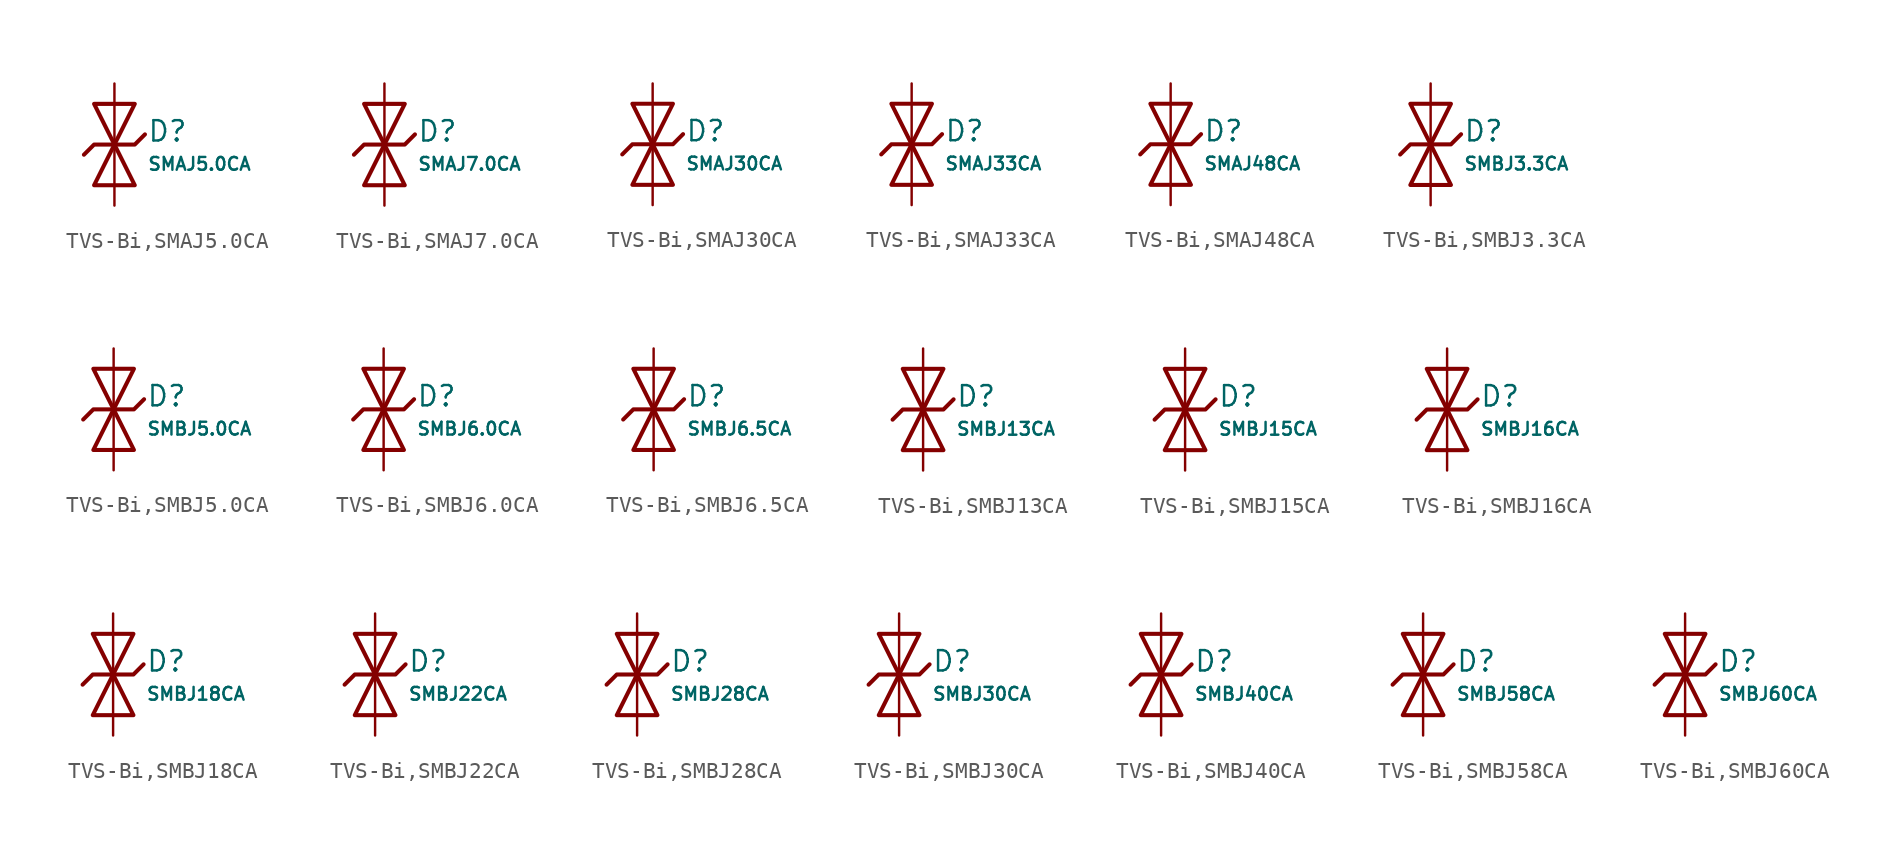
<source format=kicad_sym>
(kicad_symbol_lib
  (version 20231120)
  (generator "CDFER")
  (generator_version "8.0")
  (symbol "TVS-Bi,SMAJ5.0CA"
    (pin_numbers hide)
    (pin_names
      (offset 0))
    (property "Reference" "D"
      (at 2.032 0.834 0)
      (effects (font (size 1.27 1.27)) (justify left)))
    (property "Value" "SMAJ5.0CA"
      (at 2.032 -1.212 0)
      (effects (font (size 0.8 0.8)) (justify left)))
    (symbol "TVS-Bi,SMAJ5.0CA_0_1"
      (polyline (pts (xy -1.27 2.54) (xy 0 0) (xy 1.27 2.54) (xy -1.27 2.54)) (stroke (width 0.254) (type default)) (fill (type none))))
    (symbol "TVS-Bi,SMAJ5.0CA_0_1"
      (polyline (pts (xy 1.27 -2.54) (xy 0 0) (xy -1.27 -2.54) (xy 1.27 -2.54)) (stroke (width 0.254) (type default)) (fill (type none))))
    (symbol "TVS-Bi,SMAJ5.0CA_0_1"
      (polyline (pts (xy -1.905 -0.635) (xy -1.27 0) (xy 1.27 0) (xy 1.905 0.635)) (stroke (width 0.254) (type default)) (fill (type none))))
    (symbol "TVS-Bi,SMAJ5.0CA_1_1"
      (pin passive line (at 0 3.81 270) (length 3.81) (name "~" (effects (font (size 1.27 1.27)))) (number "2" (effects (font (size 1.27 1.27)))))
      (pin passive line (at 0 -3.81 90) (length 3.81) (name "~" (effects (font (size 1.27 1.27)))) (number "1" (effects (font (size 1.27 1.27)))))))
  (symbol "TVS-Bi,SMAJ7.0CA"
    (pin_numbers hide)
    (pin_names
      (offset 0))
    (property "Reference" "D"
      (at 2.032 0.834 0)
      (effects (font (size 1.27 1.27)) (justify left)))
    (property "Value" "SMAJ7.0CA"
      (at 2.032 -1.212 0)
      (effects (font (size 0.8 0.8)) (justify left)))
    (symbol "TVS-Bi,SMAJ7.0CA_0_1"
      (polyline (pts (xy -1.27 2.54) (xy 0 0) (xy 1.27 2.54) (xy -1.27 2.54)) (stroke (width 0.254) (type default)) (fill (type none))))
    (symbol "TVS-Bi,SMAJ7.0CA_0_1"
      (polyline (pts (xy 1.27 -2.54) (xy 0 0) (xy -1.27 -2.54) (xy 1.27 -2.54)) (stroke (width 0.254) (type default)) (fill (type none))))
    (symbol "TVS-Bi,SMAJ7.0CA_0_1"
      (polyline (pts (xy -1.905 -0.635) (xy -1.27 0) (xy 1.27 0) (xy 1.905 0.635)) (stroke (width 0.254) (type default)) (fill (type none))))
    (symbol "TVS-Bi,SMAJ7.0CA_1_1"
      (pin passive line (at 0 3.81 270) (length 3.81) (name "~" (effects (font (size 1.27 1.27)))) (number "2" (effects (font (size 1.27 1.27)))))
      (pin passive line (at 0 -3.81 90) (length 3.81) (name "~" (effects (font (size 1.27 1.27)))) (number "1" (effects (font (size 1.27 1.27)))))))
  (symbol "TVS-Bi,SMAJ30CA"
    (pin_numbers hide)
    (pin_names
      (offset 0))
    (property "Reference" "D"
      (at 2.032 0.834 0)
      (effects (font (size 1.27 1.27)) (justify left)))
    (property "Value" "SMAJ30CA"
      (at 2.032 -1.212 0)
      (effects (font (size 0.8 0.8)) (justify left)))
    (symbol "TVS-Bi,SMAJ30CA_0_1"
      (polyline (pts (xy -1.27 2.54) (xy 0 0) (xy 1.27 2.54) (xy -1.27 2.54)) (stroke (width 0.254) (type default)) (fill (type none))))
    (symbol "TVS-Bi,SMAJ30CA_0_1"
      (polyline (pts (xy 1.27 -2.54) (xy 0 0) (xy -1.27 -2.54) (xy 1.27 -2.54)) (stroke (width 0.254) (type default)) (fill (type none))))
    (symbol "TVS-Bi,SMAJ30CA_0_1"
      (polyline (pts (xy -1.905 -0.635) (xy -1.27 0) (xy 1.27 0) (xy 1.905 0.635)) (stroke (width 0.254) (type default)) (fill (type none))))
    (symbol "TVS-Bi,SMAJ30CA_1_1"
      (pin passive line (at 0 3.81 270) (length 3.81) (name "~" (effects (font (size 1.27 1.27)))) (number "2" (effects (font (size 1.27 1.27)))))
      (pin passive line (at 0 -3.81 90) (length 3.81) (name "~" (effects (font (size 1.27 1.27)))) (number "1" (effects (font (size 1.27 1.27)))))))
  (symbol "TVS-Bi,SMAJ33CA"
    (pin_numbers hide)
    (pin_names
      (offset 0))
    (property "Reference" "D"
      (at 2.032 0.834 0)
      (effects (font (size 1.27 1.27)) (justify left)))
    (property "Value" "SMAJ33CA"
      (at 2.032 -1.212 0)
      (effects (font (size 0.8 0.8)) (justify left)))
    (symbol "TVS-Bi,SMAJ33CA_0_1"
      (polyline (pts (xy -1.27 2.54) (xy 0 0) (xy 1.27 2.54) (xy -1.27 2.54)) (stroke (width 0.254) (type default)) (fill (type none))))
    (symbol "TVS-Bi,SMAJ33CA_0_1"
      (polyline (pts (xy 1.27 -2.54) (xy 0 0) (xy -1.27 -2.54) (xy 1.27 -2.54)) (stroke (width 0.254) (type default)) (fill (type none))))
    (symbol "TVS-Bi,SMAJ33CA_0_1"
      (polyline (pts (xy -1.905 -0.635) (xy -1.27 0) (xy 1.27 0) (xy 1.905 0.635)) (stroke (width 0.254) (type default)) (fill (type none))))
    (symbol "TVS-Bi,SMAJ33CA_1_1"
      (pin passive line (at 0 3.81 270) (length 3.81) (name "~" (effects (font (size 1.27 1.27)))) (number "2" (effects (font (size 1.27 1.27)))))
      (pin passive line (at 0 -3.81 90) (length 3.81) (name "~" (effects (font (size 1.27 1.27)))) (number "1" (effects (font (size 1.27 1.27)))))))
  (symbol "TVS-Bi,SMAJ48CA"
    (pin_numbers hide)
    (pin_names
      (offset 0))
    (property "Reference" "D"
      (at 2.032 0.834 0)
      (effects (font (size 1.27 1.27)) (justify left)))
    (property "Value" "SMAJ48CA"
      (at 2.032 -1.212 0)
      (effects (font (size 0.8 0.8)) (justify left)))
    (symbol "TVS-Bi,SMAJ48CA_0_1"
      (polyline (pts (xy -1.27 2.54) (xy 0 0) (xy 1.27 2.54) (xy -1.27 2.54)) (stroke (width 0.254) (type default)) (fill (type none))))
    (symbol "TVS-Bi,SMAJ48CA_0_1"
      (polyline (pts (xy 1.27 -2.54) (xy 0 0) (xy -1.27 -2.54) (xy 1.27 -2.54)) (stroke (width 0.254) (type default)) (fill (type none))))
    (symbol "TVS-Bi,SMAJ48CA_0_1"
      (polyline (pts (xy -1.905 -0.635) (xy -1.27 0) (xy 1.27 0) (xy 1.905 0.635)) (stroke (width 0.254) (type default)) (fill (type none))))
    (symbol "TVS-Bi,SMAJ48CA_1_1"
      (pin passive line (at 0 3.81 270) (length 3.81) (name "~" (effects (font (size 1.27 1.27)))) (number "2" (effects (font (size 1.27 1.27)))))
      (pin passive line (at 0 -3.81 90) (length 3.81) (name "~" (effects (font (size 1.27 1.27)))) (number "1" (effects (font (size 1.27 1.27)))))))
  (symbol "TVS-Bi,SMBJ3.3CA"
    (pin_numbers hide)
    (pin_names
      (offset 0))
    (property "Reference" "D"
      (at 2.032 0.834 0)
      (effects (font (size 1.27 1.27)) (justify left)))
    (property "Value" "SMBJ3.3CA"
      (at 2.032 -1.212 0)
      (effects (font (size 0.8 0.8)) (justify left)))
    (symbol "TVS-Bi,SMBJ3.3CA_0_1"
      (polyline (pts (xy -1.27 2.54) (xy 0 0) (xy 1.27 2.54) (xy -1.27 2.54)) (stroke (width 0.254) (type default)) (fill (type none))))
    (symbol "TVS-Bi,SMBJ3.3CA_0_1"
      (polyline (pts (xy 1.27 -2.54) (xy 0 0) (xy -1.27 -2.54) (xy 1.27 -2.54)) (stroke (width 0.254) (type default)) (fill (type none))))
    (symbol "TVS-Bi,SMBJ3.3CA_0_1"
      (polyline (pts (xy -1.905 -0.635) (xy -1.27 0) (xy 1.27 0) (xy 1.905 0.635)) (stroke (width 0.254) (type default)) (fill (type none))))
    (symbol "TVS-Bi,SMBJ3.3CA_1_1"
      (pin passive line (at 0 3.81 270) (length 3.81) (name "~" (effects (font (size 1.27 1.27)))) (number "2" (effects (font (size 1.27 1.27)))))
      (pin passive line (at 0 -3.81 90) (length 3.81) (name "~" (effects (font (size 1.27 1.27)))) (number "1" (effects (font (size 1.27 1.27)))))))
  (symbol "TVS-Bi,SMBJ5.0CA"
    (pin_numbers hide)
    (pin_names
      (offset 0))
    (property "Reference" "D"
      (at 2.032 0.834 0)
      (effects (font (size 1.27 1.27)) (justify left)))
    (property "Value" "SMBJ5.0CA"
      (at 2.032 -1.212 0)
      (effects (font (size 0.8 0.8)) (justify left)))
    (symbol "TVS-Bi,SMBJ5.0CA_0_1"
      (polyline (pts (xy -1.27 2.54) (xy 0 0) (xy 1.27 2.54) (xy -1.27 2.54)) (stroke (width 0.254) (type default)) (fill (type none))))
    (symbol "TVS-Bi,SMBJ5.0CA_0_1"
      (polyline (pts (xy 1.27 -2.54) (xy 0 0) (xy -1.27 -2.54) (xy 1.27 -2.54)) (stroke (width 0.254) (type default)) (fill (type none))))
    (symbol "TVS-Bi,SMBJ5.0CA_0_1"
      (polyline (pts (xy -1.905 -0.635) (xy -1.27 0) (xy 1.27 0) (xy 1.905 0.635)) (stroke (width 0.254) (type default)) (fill (type none))))
    (symbol "TVS-Bi,SMBJ5.0CA_1_1"
      (pin passive line (at 0 3.81 270) (length 3.81) (name "~" (effects (font (size 1.27 1.27)))) (number "2" (effects (font (size 1.27 1.27)))))
      (pin passive line (at 0 -3.81 90) (length 3.81) (name "~" (effects (font (size 1.27 1.27)))) (number "1" (effects (font (size 1.27 1.27)))))))
  (symbol "TVS-Bi,SMBJ6.0CA"
    (pin_numbers hide)
    (pin_names
      (offset 0))
    (property "Reference" "D"
      (at 2.032 0.834 0)
      (effects (font (size 1.27 1.27)) (justify left)))
    (property "Value" "SMBJ6.0CA"
      (at 2.032 -1.212 0)
      (effects (font (size 0.8 0.8)) (justify left)))
    (symbol "TVS-Bi,SMBJ6.0CA_0_1"
      (polyline (pts (xy -1.27 2.54) (xy 0 0) (xy 1.27 2.54) (xy -1.27 2.54)) (stroke (width 0.254) (type default)) (fill (type none))))
    (symbol "TVS-Bi,SMBJ6.0CA_0_1"
      (polyline (pts (xy 1.27 -2.54) (xy 0 0) (xy -1.27 -2.54) (xy 1.27 -2.54)) (stroke (width 0.254) (type default)) (fill (type none))))
    (symbol "TVS-Bi,SMBJ6.0CA_0_1"
      (polyline (pts (xy -1.905 -0.635) (xy -1.27 0) (xy 1.27 0) (xy 1.905 0.635)) (stroke (width 0.254) (type default)) (fill (type none))))
    (symbol "TVS-Bi,SMBJ6.0CA_1_1"
      (pin passive line (at 0 3.81 270) (length 3.81) (name "~" (effects (font (size 1.27 1.27)))) (number "2" (effects (font (size 1.27 1.27)))))
      (pin passive line (at 0 -3.81 90) (length 3.81) (name "~" (effects (font (size 1.27 1.27)))) (number "1" (effects (font (size 1.27 1.27)))))))
  (symbol "TVS-Bi,SMBJ6.5CA"
    (pin_numbers hide)
    (pin_names
      (offset 0))
    (property "Reference" "D"
      (at 2.032 0.834 0)
      (effects (font (size 1.27 1.27)) (justify left)))
    (property "Value" "SMBJ6.5CA"
      (at 2.032 -1.212 0)
      (effects (font (size 0.8 0.8)) (justify left)))
    (symbol "TVS-Bi,SMBJ6.5CA_0_1"
      (polyline (pts (xy -1.27 2.54) (xy 0 0) (xy 1.27 2.54) (xy -1.27 2.54)) (stroke (width 0.254) (type default)) (fill (type none))))
    (symbol "TVS-Bi,SMBJ6.5CA_0_1"
      (polyline (pts (xy 1.27 -2.54) (xy 0 0) (xy -1.27 -2.54) (xy 1.27 -2.54)) (stroke (width 0.254) (type default)) (fill (type none))))
    (symbol "TVS-Bi,SMBJ6.5CA_0_1"
      (polyline (pts (xy -1.905 -0.635) (xy -1.27 0) (xy 1.27 0) (xy 1.905 0.635)) (stroke (width 0.254) (type default)) (fill (type none))))
    (symbol "TVS-Bi,SMBJ6.5CA_1_1"
      (pin passive line (at 0 3.81 270) (length 3.81) (name "~" (effects (font (size 1.27 1.27)))) (number "2" (effects (font (size 1.27 1.27)))))
      (pin passive line (at 0 -3.81 90) (length 3.81) (name "~" (effects (font (size 1.27 1.27)))) (number "1" (effects (font (size 1.27 1.27)))))))
  (symbol "TVS-Bi,SMBJ13CA"
    (pin_numbers hide)
    (pin_names
      (offset 0))
    (property "Reference" "D"
      (at 2.032 0.834 0)
      (effects (font (size 1.27 1.27)) (justify left)))
    (property "Value" "SMBJ13CA"
      (at 2.032 -1.212 0)
      (effects (font (size 0.8 0.8)) (justify left)))
    (symbol "TVS-Bi,SMBJ13CA_0_1"
      (polyline (pts (xy -1.27 2.54) (xy 0 0) (xy 1.27 2.54) (xy -1.27 2.54)) (stroke (width 0.254) (type default)) (fill (type none))))
    (symbol "TVS-Bi,SMBJ13CA_0_1"
      (polyline (pts (xy 1.27 -2.54) (xy 0 0) (xy -1.27 -2.54) (xy 1.27 -2.54)) (stroke (width 0.254) (type default)) (fill (type none))))
    (symbol "TVS-Bi,SMBJ13CA_0_1"
      (polyline (pts (xy -1.905 -0.635) (xy -1.27 0) (xy 1.27 0) (xy 1.905 0.635)) (stroke (width 0.254) (type default)) (fill (type none))))
    (symbol "TVS-Bi,SMBJ13CA_1_1"
      (pin passive line (at 0 3.81 270) (length 3.81) (name "~" (effects (font (size 1.27 1.27)))) (number "2" (effects (font (size 1.27 1.27)))))
      (pin passive line (at 0 -3.81 90) (length 3.81) (name "~" (effects (font (size 1.27 1.27)))) (number "1" (effects (font (size 1.27 1.27)))))))
  (symbol "TVS-Bi,SMBJ15CA"
    (pin_numbers hide)
    (pin_names
      (offset 0))
    (property "Reference" "D"
      (at 2.032 0.834 0)
      (effects (font (size 1.27 1.27)) (justify left)))
    (property "Value" "SMBJ15CA"
      (at 2.032 -1.212 0)
      (effects (font (size 0.8 0.8)) (justify left)))
    (symbol "TVS-Bi,SMBJ15CA_0_1"
      (polyline (pts (xy -1.27 2.54) (xy 0 0) (xy 1.27 2.54) (xy -1.27 2.54)) (stroke (width 0.254) (type default)) (fill (type none))))
    (symbol "TVS-Bi,SMBJ15CA_0_1"
      (polyline (pts (xy 1.27 -2.54) (xy 0 0) (xy -1.27 -2.54) (xy 1.27 -2.54)) (stroke (width 0.254) (type default)) (fill (type none))))
    (symbol "TVS-Bi,SMBJ15CA_0_1"
      (polyline (pts (xy -1.905 -0.635) (xy -1.27 0) (xy 1.27 0) (xy 1.905 0.635)) (stroke (width 0.254) (type default)) (fill (type none))))
    (symbol "TVS-Bi,SMBJ15CA_1_1"
      (pin passive line (at 0 3.81 270) (length 3.81) (name "~" (effects (font (size 1.27 1.27)))) (number "2" (effects (font (size 1.27 1.27)))))
      (pin passive line (at 0 -3.81 90) (length 3.81) (name "~" (effects (font (size 1.27 1.27)))) (number "1" (effects (font (size 1.27 1.27)))))))
  (symbol "TVS-Bi,SMBJ16CA"
    (pin_numbers hide)
    (pin_names
      (offset 0))
    (property "Reference" "D"
      (at 2.032 0.834 0)
      (effects (font (size 1.27 1.27)) (justify left)))
    (property "Value" "SMBJ16CA"
      (at 2.032 -1.212 0)
      (effects (font (size 0.8 0.8)) (justify left)))
    (symbol "TVS-Bi,SMBJ16CA_0_1"
      (polyline (pts (xy -1.27 2.54) (xy 0 0) (xy 1.27 2.54) (xy -1.27 2.54)) (stroke (width 0.254) (type default)) (fill (type none))))
    (symbol "TVS-Bi,SMBJ16CA_0_1"
      (polyline (pts (xy 1.27 -2.54) (xy 0 0) (xy -1.27 -2.54) (xy 1.27 -2.54)) (stroke (width 0.254) (type default)) (fill (type none))))
    (symbol "TVS-Bi,SMBJ16CA_0_1"
      (polyline (pts (xy -1.905 -0.635) (xy -1.27 0) (xy 1.27 0) (xy 1.905 0.635)) (stroke (width 0.254) (type default)) (fill (type none))))
    (symbol "TVS-Bi,SMBJ16CA_1_1"
      (pin passive line (at 0 3.81 270) (length 3.81) (name "~" (effects (font (size 1.27 1.27)))) (number "2" (effects (font (size 1.27 1.27)))))
      (pin passive line (at 0 -3.81 90) (length 3.81) (name "~" (effects (font (size 1.27 1.27)))) (number "1" (effects (font (size 1.27 1.27)))))))
  (symbol "TVS-Bi,SMBJ18CA"
    (pin_numbers hide)
    (pin_names
      (offset 0))
    (property "Reference" "D"
      (at 2.032 0.834 0)
      (effects (font (size 1.27 1.27)) (justify left)))
    (property "Value" "SMBJ18CA"
      (at 2.032 -1.212 0)
      (effects (font (size 0.8 0.8)) (justify left)))
    (symbol "TVS-Bi,SMBJ18CA_0_1"
      (polyline (pts (xy -1.27 2.54) (xy 0 0) (xy 1.27 2.54) (xy -1.27 2.54)) (stroke (width 0.254) (type default)) (fill (type none))))
    (symbol "TVS-Bi,SMBJ18CA_0_1"
      (polyline (pts (xy 1.27 -2.54) (xy 0 0) (xy -1.27 -2.54) (xy 1.27 -2.54)) (stroke (width 0.254) (type default)) (fill (type none))))
    (symbol "TVS-Bi,SMBJ18CA_0_1"
      (polyline (pts (xy -1.905 -0.635) (xy -1.27 0) (xy 1.27 0) (xy 1.905 0.635)) (stroke (width 0.254) (type default)) (fill (type none))))
    (symbol "TVS-Bi,SMBJ18CA_1_1"
      (pin passive line (at 0 3.81 270) (length 3.81) (name "~" (effects (font (size 1.27 1.27)))) (number "2" (effects (font (size 1.27 1.27)))))
      (pin passive line (at 0 -3.81 90) (length 3.81) (name "~" (effects (font (size 1.27 1.27)))) (number "1" (effects (font (size 1.27 1.27)))))))
  (symbol "TVS-Bi,SMBJ22CA"
    (pin_numbers hide)
    (pin_names
      (offset 0))
    (property "Reference" "D"
      (at 2.032 0.834 0)
      (effects (font (size 1.27 1.27)) (justify left)))
    (property "Value" "SMBJ22CA"
      (at 2.032 -1.212 0)
      (effects (font (size 0.8 0.8)) (justify left)))
    (symbol "TVS-Bi,SMBJ22CA_0_1"
      (polyline (pts (xy -1.27 2.54) (xy 0 0) (xy 1.27 2.54) (xy -1.27 2.54)) (stroke (width 0.254) (type default)) (fill (type none))))
    (symbol "TVS-Bi,SMBJ22CA_0_1"
      (polyline (pts (xy 1.27 -2.54) (xy 0 0) (xy -1.27 -2.54) (xy 1.27 -2.54)) (stroke (width 0.254) (type default)) (fill (type none))))
    (symbol "TVS-Bi,SMBJ22CA_0_1"
      (polyline (pts (xy -1.905 -0.635) (xy -1.27 0) (xy 1.27 0) (xy 1.905 0.635)) (stroke (width 0.254) (type default)) (fill (type none))))
    (symbol "TVS-Bi,SMBJ22CA_1_1"
      (pin passive line (at 0 3.81 270) (length 3.81) (name "~" (effects (font (size 1.27 1.27)))) (number "2" (effects (font (size 1.27 1.27)))))
      (pin passive line (at 0 -3.81 90) (length 3.81) (name "~" (effects (font (size 1.27 1.27)))) (number "1" (effects (font (size 1.27 1.27)))))))
  (symbol "TVS-Bi,SMBJ28CA"
    (pin_numbers hide)
    (pin_names
      (offset 0))
    (property "Reference" "D"
      (at 2.032 0.834 0)
      (effects (font (size 1.27 1.27)) (justify left)))
    (property "Value" "SMBJ28CA"
      (at 2.032 -1.212 0)
      (effects (font (size 0.8 0.8)) (justify left)))
    (symbol "TVS-Bi,SMBJ28CA_0_1"
      (polyline (pts (xy -1.27 2.54) (xy 0 0) (xy 1.27 2.54) (xy -1.27 2.54)) (stroke (width 0.254) (type default)) (fill (type none))))
    (symbol "TVS-Bi,SMBJ28CA_0_1"
      (polyline (pts (xy 1.27 -2.54) (xy 0 0) (xy -1.27 -2.54) (xy 1.27 -2.54)) (stroke (width 0.254) (type default)) (fill (type none))))
    (symbol "TVS-Bi,SMBJ28CA_0_1"
      (polyline (pts (xy -1.905 -0.635) (xy -1.27 0) (xy 1.27 0) (xy 1.905 0.635)) (stroke (width 0.254) (type default)) (fill (type none))))
    (symbol "TVS-Bi,SMBJ28CA_1_1"
      (pin passive line (at 0 3.81 270) (length 3.81) (name "~" (effects (font (size 1.27 1.27)))) (number "2" (effects (font (size 1.27 1.27)))))
      (pin passive line (at 0 -3.81 90) (length 3.81) (name "~" (effects (font (size 1.27 1.27)))) (number "1" (effects (font (size 1.27 1.27)))))))
  (symbol "TVS-Bi,SMBJ30CA"
    (pin_numbers hide)
    (pin_names
      (offset 0))
    (property "Reference" "D"
      (at 2.032 0.834 0)
      (effects (font (size 1.27 1.27)) (justify left)))
    (property "Value" "SMBJ30CA"
      (at 2.032 -1.212 0)
      (effects (font (size 0.8 0.8)) (justify left)))
    (symbol "TVS-Bi,SMBJ30CA_0_1"
      (polyline (pts (xy -1.27 2.54) (xy 0 0) (xy 1.27 2.54) (xy -1.27 2.54)) (stroke (width 0.254) (type default)) (fill (type none))))
    (symbol "TVS-Bi,SMBJ30CA_0_1"
      (polyline (pts (xy 1.27 -2.54) (xy 0 0) (xy -1.27 -2.54) (xy 1.27 -2.54)) (stroke (width 0.254) (type default)) (fill (type none))))
    (symbol "TVS-Bi,SMBJ30CA_0_1"
      (polyline (pts (xy -1.905 -0.635) (xy -1.27 0) (xy 1.27 0) (xy 1.905 0.635)) (stroke (width 0.254) (type default)) (fill (type none))))
    (symbol "TVS-Bi,SMBJ30CA_1_1"
      (pin passive line (at 0 3.81 270) (length 3.81) (name "~" (effects (font (size 1.27 1.27)))) (number "2" (effects (font (size 1.27 1.27)))))
      (pin passive line (at 0 -3.81 90) (length 3.81) (name "~" (effects (font (size 1.27 1.27)))) (number "1" (effects (font (size 1.27 1.27)))))))
  (symbol "TVS-Bi,SMBJ40CA"
    (pin_numbers hide)
    (pin_names
      (offset 0))
    (property "Reference" "D"
      (at 2.032 0.834 0)
      (effects (font (size 1.27 1.27)) (justify left)))
    (property "Value" "SMBJ40CA"
      (at 2.032 -1.212 0)
      (effects (font (size 0.8 0.8)) (justify left)))
    (symbol "TVS-Bi,SMBJ40CA_0_1"
      (polyline (pts (xy -1.27 2.54) (xy 0 0) (xy 1.27 2.54) (xy -1.27 2.54)) (stroke (width 0.254) (type default)) (fill (type none))))
    (symbol "TVS-Bi,SMBJ40CA_0_1"
      (polyline (pts (xy 1.27 -2.54) (xy 0 0) (xy -1.27 -2.54) (xy 1.27 -2.54)) (stroke (width 0.254) (type default)) (fill (type none))))
    (symbol "TVS-Bi,SMBJ40CA_0_1"
      (polyline (pts (xy -1.905 -0.635) (xy -1.27 0) (xy 1.27 0) (xy 1.905 0.635)) (stroke (width 0.254) (type default)) (fill (type none))))
    (symbol "TVS-Bi,SMBJ40CA_1_1"
      (pin passive line (at 0 3.81 270) (length 3.81) (name "~" (effects (font (size 1.27 1.27)))) (number "2" (effects (font (size 1.27 1.27)))))
      (pin passive line (at 0 -3.81 90) (length 3.81) (name "~" (effects (font (size 1.27 1.27)))) (number "1" (effects (font (size 1.27 1.27)))))))
  (symbol "TVS-Bi,SMBJ58CA"
    (pin_numbers hide)
    (pin_names
      (offset 0))
    (property "Reference" "D"
      (at 2.032 0.834 0)
      (effects (font (size 1.27 1.27)) (justify left)))
    (property "Value" "SMBJ58CA"
      (at 2.032 -1.212 0)
      (effects (font (size 0.8 0.8)) (justify left)))
    (symbol "TVS-Bi,SMBJ58CA_0_1"
      (polyline (pts (xy -1.27 2.54) (xy 0 0) (xy 1.27 2.54) (xy -1.27 2.54)) (stroke (width 0.254) (type default)) (fill (type none))))
    (symbol "TVS-Bi,SMBJ58CA_0_1"
      (polyline (pts (xy 1.27 -2.54) (xy 0 0) (xy -1.27 -2.54) (xy 1.27 -2.54)) (stroke (width 0.254) (type default)) (fill (type none))))
    (symbol "TVS-Bi,SMBJ58CA_0_1"
      (polyline (pts (xy -1.905 -0.635) (xy -1.27 0) (xy 1.27 0) (xy 1.905 0.635)) (stroke (width 0.254) (type default)) (fill (type none))))
    (symbol "TVS-Bi,SMBJ58CA_1_1"
      (pin passive line (at 0 3.81 270) (length 3.81) (name "~" (effects (font (size 1.27 1.27)))) (number "2" (effects (font (size 1.27 1.27)))))
      (pin passive line (at 0 -3.81 90) (length 3.81) (name "~" (effects (font (size 1.27 1.27)))) (number "1" (effects (font (size 1.27 1.27)))))))
  (symbol "TVS-Bi,SMBJ60CA"
    (pin_numbers hide)
    (pin_names
      (offset 0))
    (property "Reference" "D"
      (at 2.032 0.834 0)
      (effects (font (size 1.27 1.27)) (justify left)))
    (property "Value" "SMBJ60CA"
      (at 2.032 -1.212 0)
      (effects (font (size 0.8 0.8)) (justify left)))
    (symbol "TVS-Bi,SMBJ60CA_0_1"
      (polyline (pts (xy -1.27 2.54) (xy 0 0) (xy 1.27 2.54) (xy -1.27 2.54)) (stroke (width 0.254) (type default)) (fill (type none))))
    (symbol "TVS-Bi,SMBJ60CA_0_1"
      (polyline (pts (xy 1.27 -2.54) (xy 0 0) (xy -1.27 -2.54) (xy 1.27 -2.54)) (stroke (width 0.254) (type default)) (fill (type none))))
    (symbol "TVS-Bi,SMBJ60CA_0_1"
      (polyline (pts (xy -1.905 -0.635) (xy -1.27 0) (xy 1.27 0) (xy 1.905 0.635)) (stroke (width 0.254) (type default)) (fill (type none))))
    (symbol "TVS-Bi,SMBJ60CA_1_1"
      (pin passive line (at 0 3.81 270) (length 3.81) (name "~" (effects (font (size 1.27 1.27)))) (number "2" (effects (font (size 1.27 1.27)))))
      (pin passive line (at 0 -3.81 90) (length 3.81) (name "~" (effects (font (size 1.27 1.27)))) (number "1" (effects (font (size 1.27 1.27))))))))
</source>
